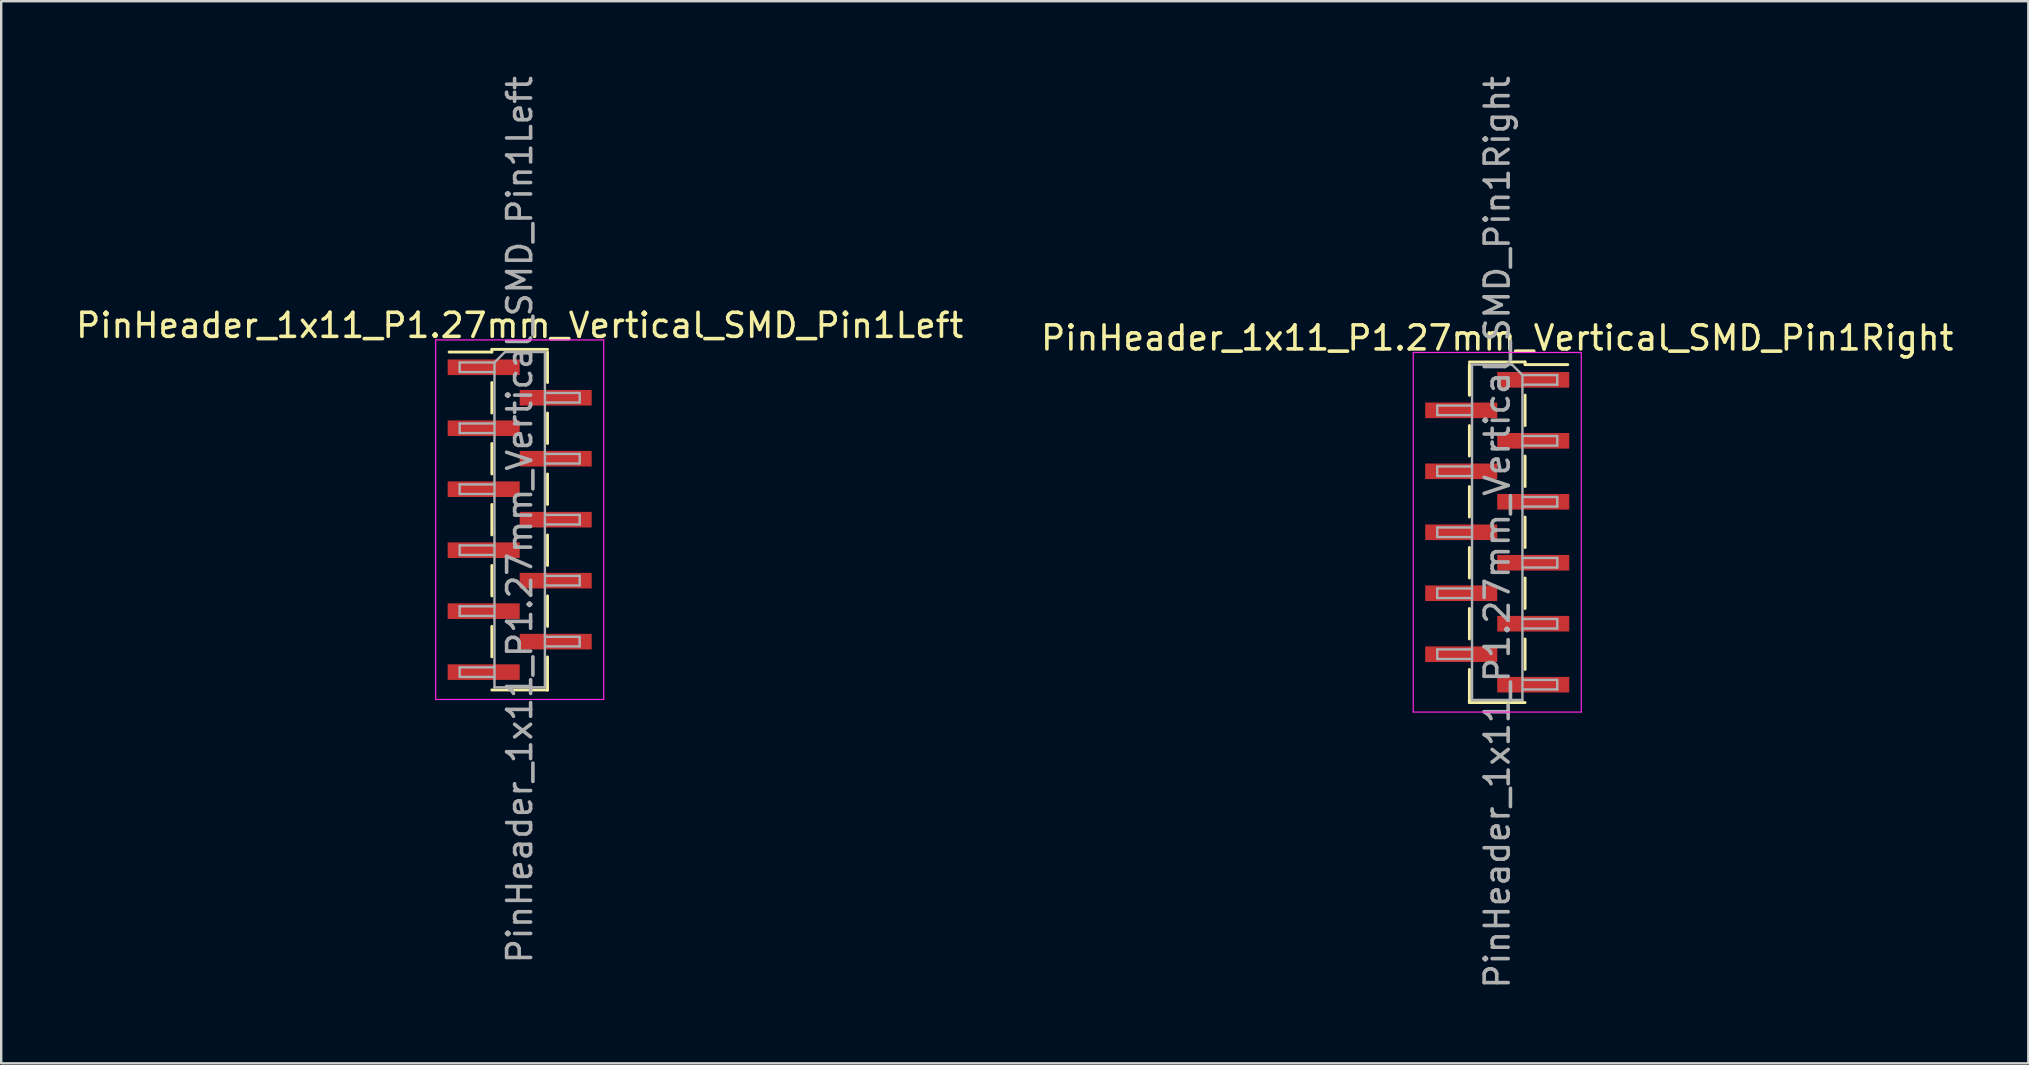
<source format=kicad_pcb>
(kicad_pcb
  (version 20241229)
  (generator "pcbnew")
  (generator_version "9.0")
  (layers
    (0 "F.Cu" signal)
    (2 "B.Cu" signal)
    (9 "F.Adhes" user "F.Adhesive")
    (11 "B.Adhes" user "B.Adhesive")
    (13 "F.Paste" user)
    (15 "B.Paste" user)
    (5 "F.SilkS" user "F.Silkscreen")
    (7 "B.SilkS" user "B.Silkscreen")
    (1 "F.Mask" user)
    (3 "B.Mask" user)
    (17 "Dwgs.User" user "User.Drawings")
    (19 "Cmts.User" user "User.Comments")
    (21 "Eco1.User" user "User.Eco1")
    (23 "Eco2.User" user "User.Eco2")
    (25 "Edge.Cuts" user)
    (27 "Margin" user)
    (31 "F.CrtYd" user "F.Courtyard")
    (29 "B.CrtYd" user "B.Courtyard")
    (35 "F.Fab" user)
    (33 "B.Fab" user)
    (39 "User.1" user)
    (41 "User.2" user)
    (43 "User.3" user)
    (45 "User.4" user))
  (footprint "PinHeader_1x11_P1.27mm_Vertical_SMD_Pin1Left"
    (layer "F.Cu")
    (at 18.601 18.601)
    (property "Reference" "PinHeader_1x11_P1.27mm_Vertical_SMD_Pin1Left" (at 0 -8.095 0) (layer "F.SilkS") (effects (font (size 1 1) (thickness 0.15))))
    (attr smd)
    (fp_line (start -1.16 -7.095) (end -1.16 -6.985) (stroke (width 0.12) (type solid)) (layer "F.SilkS"))
    (fp_line (start -1.16 -7.095) (end 1.16 -7.095) (stroke (width 0.12) (type solid)) (layer "F.SilkS"))
    (fp_line (start -1.16 -6.985) (end -2.94 -6.985) (stroke (width 0.12) (type solid)) (layer "F.SilkS"))
    (fp_line (start -1.16 -5.715) (end -1.16 -4.445) (stroke (width 0.12) (type solid)) (layer "F.SilkS"))
    (fp_line (start -1.16 -3.175) (end -1.16 -1.905) (stroke (width 0.12) (type solid)) (layer "F.SilkS"))
    (fp_line (start -1.16 -0.635) (end -1.16 0.635) (stroke (width 0.12) (type solid)) (layer "F.SilkS"))
    (fp_line (start -1.16 1.905) (end -1.16 3.175) (stroke (width 0.12) (type solid)) (layer "F.SilkS"))
    (fp_line (start -1.16 4.445) (end -1.16 5.715) (stroke (width 0.12) (type solid)) (layer "F.SilkS"))
    (fp_line (start -1.16 7.095) (end 1.16 7.095) (stroke (width 0.12) (type solid)) (layer "F.SilkS"))
    (fp_line (start 1.16 -6.985) (end 1.16 -5.715) (stroke (width 0.12) (type solid)) (layer "F.SilkS"))
    (fp_line (start 1.16 -4.445) (end 1.16 -3.175) (stroke (width 0.12) (type solid)) (layer "F.SilkS"))
    (fp_line (start 1.16 -1.905) (end 1.16 -0.635) (stroke (width 0.12) (type solid)) (layer "F.SilkS"))
    (fp_line (start 1.16 0.635) (end 1.16 1.905) (stroke (width 0.12) (type solid)) (layer "F.SilkS"))
    (fp_line (start 1.16 3.175) (end 1.16 4.445) (stroke (width 0.12) (type solid)) (layer "F.SilkS"))
    (fp_line (start 1.16 5.715) (end 1.16 7.095) (stroke (width 0.12) (type solid)) (layer "F.SilkS"))
    (fp_line (start 1.16 6.985) (end 1.16 7.095) (stroke (width 0.12) (type solid)) (layer "F.SilkS"))
    (fp_line (start -3.5 -7.49) (end -3.5 7.49) (stroke (width 0.05) (type solid)) (layer "F.CrtYd"))
    (fp_line (start -3.5 7.49) (end 3.5 7.49) (stroke (width 0.05) (type solid)) (layer "F.CrtYd"))
    (fp_line (start 3.5 -7.49) (end -3.5 -7.49) (stroke (width 0.05) (type solid)) (layer "F.CrtYd"))
    (fp_line (start 3.5 7.49) (end 3.5 -7.49) (stroke (width 0.05) (type solid)) (layer "F.CrtYd"))
    (fp_line (start -2.5 -6.55) (end -2.5 -6.15) (stroke (width 0.1) (type solid)) (layer "F.Fab"))
    (fp_line (start -2.5 -6.15) (end -1.05 -6.15) (stroke (width 0.1) (type solid)) (layer "F.Fab"))
    (fp_line (start -2.5 -4.01) (end -2.5 -3.61) (stroke (width 0.1) (type solid)) (layer "F.Fab"))
    (fp_line (start -2.5 -3.61) (end -1.05 -3.61) (stroke (width 0.1) (type solid)) (layer "F.Fab"))
    (fp_line (start -2.5 -1.47) (end -2.5 -1.07) (stroke (width 0.1) (type solid)) (layer "F.Fab"))
    (fp_line (start -2.5 -1.07) (end -1.05 -1.07) (stroke (width 0.1) (type solid)) (layer "F.Fab"))
    (fp_line (start -2.5 1.07) (end -2.5 1.47) (stroke (width 0.1) (type solid)) (layer "F.Fab"))
    (fp_line (start -2.5 1.47) (end -1.05 1.47) (stroke (width 0.1) (type solid)) (layer "F.Fab"))
    (fp_line (start -2.5 3.61) (end -2.5 4.01) (stroke (width 0.1) (type solid)) (layer "F.Fab"))
    (fp_line (start -2.5 4.01) (end -1.05 4.01) (stroke (width 0.1) (type solid)) (layer "F.Fab"))
    (fp_line (start -2.5 6.15) (end -2.5 6.55) (stroke (width 0.1) (type solid)) (layer "F.Fab"))
    (fp_line (start -2.5 6.55) (end -1.05 6.55) (stroke (width 0.1) (type solid)) (layer "F.Fab"))
    (fp_line (start -1.05 -6.55) (end -2.5 -6.55) (stroke (width 0.1) (type solid)) (layer "F.Fab"))
    (fp_line (start -1.05 -6.55) (end -0.615 -6.985) (stroke (width 0.1) (type solid)) (layer "F.Fab"))
    (fp_line (start -1.05 -4.01) (end -2.5 -4.01) (stroke (width 0.1) (type solid)) (layer "F.Fab"))
    (fp_line (start -1.05 -1.47) (end -2.5 -1.47) (stroke (width 0.1) (type solid)) (layer "F.Fab"))
    (fp_line (start -1.05 1.07) (end -2.5 1.07) (stroke (width 0.1) (type solid)) (layer "F.Fab"))
    (fp_line (start -1.05 3.61) (end -2.5 3.61) (stroke (width 0.1) (type solid)) (layer "F.Fab"))
    (fp_line (start -1.05 6.15) (end -2.5 6.15) (stroke (width 0.1) (type solid)) (layer "F.Fab"))
    (fp_line (start -1.05 6.985) (end -1.05 -6.55) (stroke (width 0.1) (type solid)) (layer "F.Fab"))
    (fp_line (start -0.615 -6.985) (end 1.05 -6.985) (stroke (width 0.1) (type solid)) (layer "F.Fab"))
    (fp_line (start 1.05 -6.985) (end 1.05 6.985) (stroke (width 0.1) (type solid)) (layer "F.Fab"))
    (fp_line (start 1.05 -5.28) (end 2.5 -5.28) (stroke (width 0.1) (type solid)) (layer "F.Fab"))
    (fp_line (start 1.05 -2.74) (end 2.5 -2.74) (stroke (width 0.1) (type solid)) (layer "F.Fab"))
    (fp_line (start 1.05 -0.2) (end 2.5 -0.2) (stroke (width 0.1) (type solid)) (layer "F.Fab"))
    (fp_line (start 1.05 2.34) (end 2.5 2.34) (stroke (width 0.1) (type solid)) (layer "F.Fab"))
    (fp_line (start 1.05 4.88) (end 2.5 4.88) (stroke (width 0.1) (type solid)) (layer "F.Fab"))
    (fp_line (start 1.05 6.985) (end -1.05 6.985) (stroke (width 0.1) (type solid)) (layer "F.Fab"))
    (fp_line (start 2.5 -5.28) (end 2.5 -4.88) (stroke (width 0.1) (type solid)) (layer "F.Fab"))
    (fp_line (start 2.5 -4.88) (end 1.05 -4.88) (stroke (width 0.1) (type solid)) (layer "F.Fab"))
    (fp_line (start 2.5 -2.74) (end 2.5 -2.34) (stroke (width 0.1) (type solid)) (layer "F.Fab"))
    (fp_line (start 2.5 -2.34) (end 1.05 -2.34) (stroke (width 0.1) (type solid)) (layer "F.Fab"))
    (fp_line (start 2.5 -0.2) (end 2.5 0.2) (stroke (width 0.1) (type solid)) (layer "F.Fab"))
    (fp_line (start 2.5 0.2) (end 1.05 0.2) (stroke (width 0.1) (type solid)) (layer "F.Fab"))
    (fp_line (start 2.5 2.34) (end 2.5 2.74) (stroke (width 0.1) (type solid)) (layer "F.Fab"))
    (fp_line (start 2.5 2.74) (end 1.05 2.74) (stroke (width 0.1) (type solid)) (layer "F.Fab"))
    (fp_line (start 2.5 4.88) (end 2.5 5.28) (stroke (width 0.1) (type solid)) (layer "F.Fab"))
    (fp_line (start 2.5 5.28) (end 1.05 5.28) (stroke (width 0.1) (type solid)) (layer "F.Fab"))
    (fp_text user "${REFERENCE}" (at 0 0 90) (layer "F.Fab") (effects (font (size 1 1) (thickness 0.15))))
    (pad "1" smd rect (at -1.5 -6.35) (size 3 0.65) (layers "F.Cu" "F.Mask" "F.Paste"))
    (pad "2" smd rect (at 1.5 -5.08) (size 3 0.65) (layers "F.Cu" "F.Mask" "F.Paste"))
    (pad "3" smd rect (at -1.5 -3.81) (size 3 0.65) (layers "F.Cu" "F.Mask" "F.Paste"))
    (pad "4" smd rect (at 1.5 -2.54) (size 3 0.65) (layers "F.Cu" "F.Mask" "F.Paste"))
    (pad "5" smd rect (at -1.5 -1.27) (size 3 0.65) (layers "F.Cu" "F.Mask" "F.Paste"))
    (pad "6" smd rect (at 1.5 0) (size 3 0.65) (layers "F.Cu" "F.Mask" "F.Paste"))
    (pad "7" smd rect (at -1.5 1.27) (size 3 0.65) (layers "F.Cu" "F.Mask" "F.Paste"))
    (pad "8" smd rect (at 1.5 2.54) (size 3 0.65) (layers "F.Cu" "F.Mask" "F.Paste"))
    (pad "9" smd rect (at -1.5 3.81) (size 3 0.65) (layers "F.Cu" "F.Mask" "F.Paste"))
    (pad "10" smd rect (at 1.5 5.08) (size 3 0.65) (layers "F.Cu" "F.Mask" "F.Paste"))
    (pad "11" smd rect (at -1.5 6.35) (size 3 0.65) (layers "F.Cu" "F.Mask" "F.Paste")))
  (footprint "PinHeader_1x11_P1.27mm_Vertical_SMD_Pin1Right"
    (layer "F.Cu")
    (at 59.327 19.125)
    (property "Reference" "PinHeader_1x11_P1.27mm_Vertical_SMD_Pin1Right" (at 0 -8.095 0) (layer "F.SilkS") (effects (font (size 1 1) (thickness 0.15))))
    (attr smd)
    (fp_line (start -1.16 -7.095) (end 1.16 -7.095) (stroke (width 0.12) (type solid)) (layer "F.SilkS"))
    (fp_line (start -1.16 -6.985) (end -1.16 -5.715) (stroke (width 0.12) (type solid)) (layer "F.SilkS"))
    (fp_line (start -1.16 -6.985) (end -1.16 -5.715) (stroke (width 0.12) (type solid)) (layer "F.SilkS"))
    (fp_line (start -1.16 -4.445) (end -1.16 -3.175) (stroke (width 0.12) (type solid)) (layer "F.SilkS"))
    (fp_line (start -1.16 -1.905) (end -1.16 -0.635) (stroke (width 0.12) (type solid)) (layer "F.SilkS"))
    (fp_line (start -1.16 0.635) (end -1.16 1.905) (stroke (width 0.12) (type solid)) (layer "F.SilkS"))
    (fp_line (start -1.16 3.175) (end -1.16 4.445) (stroke (width 0.12) (type solid)) (layer "F.SilkS"))
    (fp_line (start -1.16 5.715) (end -1.16 7.095) (stroke (width 0.12) (type solid)) (layer "F.SilkS"))
    (fp_line (start -1.16 6.985) (end -1.16 7.095) (stroke (width 0.12) (type solid)) (layer "F.SilkS"))
    (fp_line (start -1.16 7.095) (end 1.16 7.095) (stroke (width 0.12) (type solid)) (layer "F.SilkS"))
    (fp_line (start 1.16 -7.095) (end 1.16 -6.985) (stroke (width 0.12) (type solid)) (layer "F.SilkS"))
    (fp_line (start 1.16 -6.985) (end 2.94 -6.985) (stroke (width 0.12) (type solid)) (layer "F.SilkS"))
    (fp_line (start 1.16 -5.715) (end 1.16 -4.445) (stroke (width 0.12) (type solid)) (layer "F.SilkS"))
    (fp_line (start 1.16 -3.175) (end 1.16 -1.905) (stroke (width 0.12) (type solid)) (layer "F.SilkS"))
    (fp_line (start 1.16 -0.635) (end 1.16 0.635) (stroke (width 0.12) (type solid)) (layer "F.SilkS"))
    (fp_line (start 1.16 1.905) (end 1.16 3.175) (stroke (width 0.12) (type solid)) (layer "F.SilkS"))
    (fp_line (start 1.16 4.445) (end 1.16 5.715) (stroke (width 0.12) (type solid)) (layer "F.SilkS"))
    (fp_line (start -3.5 -7.49) (end -3.5 7.49) (stroke (width 0.05) (type solid)) (layer "F.CrtYd"))
    (fp_line (start -3.5 7.49) (end 3.5 7.49) (stroke (width 0.05) (type solid)) (layer "F.CrtYd"))
    (fp_line (start 3.5 -7.49) (end -3.5 -7.49) (stroke (width 0.05) (type solid)) (layer "F.CrtYd"))
    (fp_line (start 3.5 7.49) (end 3.5 -7.49) (stroke (width 0.05) (type solid)) (layer "F.CrtYd"))
    (fp_line (start -2.5 -5.28) (end -2.5 -4.88) (stroke (width 0.1) (type solid)) (layer "F.Fab"))
    (fp_line (start -2.5 -4.88) (end -1.05 -4.88) (stroke (width 0.1) (type solid)) (layer "F.Fab"))
    (fp_line (start -2.5 -2.74) (end -2.5 -2.34) (stroke (width 0.1) (type solid)) (layer "F.Fab"))
    (fp_line (start -2.5 -2.34) (end -1.05 -2.34) (stroke (width 0.1) (type solid)) (layer "F.Fab"))
    (fp_line (start -2.5 -0.2) (end -2.5 0.2) (stroke (width 0.1) (type solid)) (layer "F.Fab"))
    (fp_line (start -2.5 0.2) (end -1.05 0.2) (stroke (width 0.1) (type solid)) (layer "F.Fab"))
    (fp_line (start -2.5 2.34) (end -2.5 2.74) (stroke (width 0.1) (type solid)) (layer "F.Fab"))
    (fp_line (start -2.5 2.74) (end -1.05 2.74) (stroke (width 0.1) (type solid)) (layer "F.Fab"))
    (fp_line (start -2.5 4.88) (end -2.5 5.28) (stroke (width 0.1) (type solid)) (layer "F.Fab"))
    (fp_line (start -2.5 5.28) (end -1.05 5.28) (stroke (width 0.1) (type solid)) (layer "F.Fab"))
    (fp_line (start -1.05 -6.985) (end -1.05 6.985) (stroke (width 0.1) (type solid)) (layer "F.Fab"))
    (fp_line (start -1.05 -6.985) (end 0.615 -6.985) (stroke (width 0.1) (type solid)) (layer "F.Fab"))
    (fp_line (start -1.05 -5.28) (end -2.5 -5.28) (stroke (width 0.1) (type solid)) (layer "F.Fab"))
    (fp_line (start -1.05 -2.74) (end -2.5 -2.74) (stroke (width 0.1) (type solid)) (layer "F.Fab"))
    (fp_line (start -1.05 -0.2) (end -2.5 -0.2) (stroke (width 0.1) (type solid)) (layer "F.Fab"))
    (fp_line (start -1.05 2.34) (end -2.5 2.34) (stroke (width 0.1) (type solid)) (layer "F.Fab"))
    (fp_line (start -1.05 4.88) (end -2.5 4.88) (stroke (width 0.1) (type solid)) (layer "F.Fab"))
    (fp_line (start 1.05 -6.55) (end 0.615 -6.985) (stroke (width 0.1) (type solid)) (layer "F.Fab"))
    (fp_line (start 1.05 -6.55) (end 2.5 -6.55) (stroke (width 0.1) (type solid)) (layer "F.Fab"))
    (fp_line (start 1.05 -4.01) (end 2.5 -4.01) (stroke (width 0.1) (type solid)) (layer "F.Fab"))
    (fp_line (start 1.05 -1.47) (end 2.5 -1.47) (stroke (width 0.1) (type solid)) (layer "F.Fab"))
    (fp_line (start 1.05 1.07) (end 2.5 1.07) (stroke (width 0.1) (type solid)) (layer "F.Fab"))
    (fp_line (start 1.05 3.61) (end 2.5 3.61) (stroke (width 0.1) (type solid)) (layer "F.Fab"))
    (fp_line (start 1.05 6.15) (end 2.5 6.15) (stroke (width 0.1) (type solid)) (layer "F.Fab"))
    (fp_line (start 1.05 6.985) (end -1.05 6.985) (stroke (width 0.1) (type solid)) (layer "F.Fab"))
    (fp_line (start 1.05 6.985) (end 1.05 -6.55) (stroke (width 0.1) (type solid)) (layer "F.Fab"))
    (fp_line (start 2.5 -6.55) (end 2.5 -6.15) (stroke (width 0.1) (type solid)) (layer "F.Fab"))
    (fp_line (start 2.5 -6.15) (end 1.05 -6.15) (stroke (width 0.1) (type solid)) (layer "F.Fab"))
    (fp_line (start 2.5 -4.01) (end 2.5 -3.61) (stroke (width 0.1) (type solid)) (layer "F.Fab"))
    (fp_line (start 2.5 -3.61) (end 1.05 -3.61) (stroke (width 0.1) (type solid)) (layer "F.Fab"))
    (fp_line (start 2.5 -1.47) (end 2.5 -1.07) (stroke (width 0.1) (type solid)) (layer "F.Fab"))
    (fp_line (start 2.5 -1.07) (end 1.05 -1.07) (stroke (width 0.1) (type solid)) (layer "F.Fab"))
    (fp_line (start 2.5 1.07) (end 2.5 1.47) (stroke (width 0.1) (type solid)) (layer "F.Fab"))
    (fp_line (start 2.5 1.47) (end 1.05 1.47) (stroke (width 0.1) (type solid)) (layer "F.Fab"))
    (fp_line (start 2.5 3.61) (end 2.5 4.01) (stroke (width 0.1) (type solid)) (layer "F.Fab"))
    (fp_line (start 2.5 4.01) (end 1.05 4.01) (stroke (width 0.1) (type solid)) (layer "F.Fab"))
    (fp_line (start 2.5 6.15) (end 2.5 6.55) (stroke (width 0.1) (type solid)) (layer "F.Fab"))
    (fp_line (start 2.5 6.55) (end 1.05 6.55) (stroke (width 0.1) (type solid)) (layer "F.Fab"))
    (fp_text user "${REFERENCE}" (at 0 0 90) (layer "F.Fab") (effects (font (size 1 1) (thickness 0.15))))
    (pad "1" smd rect (at 1.5 -6.35) (size 3 0.65) (layers "F.Cu" "F.Mask" "F.Paste"))
    (pad "2" smd rect (at -1.5 -5.08) (size 3 0.65) (layers "F.Cu" "F.Mask" "F.Paste"))
    (pad "3" smd rect (at 1.5 -3.81) (size 3 0.65) (layers "F.Cu" "F.Mask" "F.Paste"))
    (pad "4" smd rect (at -1.5 -2.54) (size 3 0.65) (layers "F.Cu" "F.Mask" "F.Paste"))
    (pad "5" smd rect (at 1.5 -1.27) (size 3 0.65) (layers "F.Cu" "F.Mask" "F.Paste"))
    (pad "6" smd rect (at -1.5 0) (size 3 0.65) (layers "F.Cu" "F.Mask" "F.Paste"))
    (pad "7" smd rect (at 1.5 1.27) (size 3 0.65) (layers "F.Cu" "F.Mask" "F.Paste"))
    (pad "8" smd rect (at -1.5 2.54) (size 3 0.65) (layers "F.Cu" "F.Mask" "F.Paste"))
    (pad "9" smd rect (at 1.5 3.81) (size 3 0.65) (layers "F.Cu" "F.Mask" "F.Paste"))
    (pad "10" smd rect (at -1.5 5.08) (size 3 0.65) (layers "F.Cu" "F.Mask" "F.Paste"))
    (pad "11" smd rect (at 1.5 6.35) (size 3 0.65) (layers "F.Cu" "F.Mask" "F.Paste")))
  (gr_rect
    (start -3 -3)
    (end 81.452 41.25)
    (stroke (width 0.1) (type default))
    (fill no)
    (layer "Edge.Cuts")))
</source>
